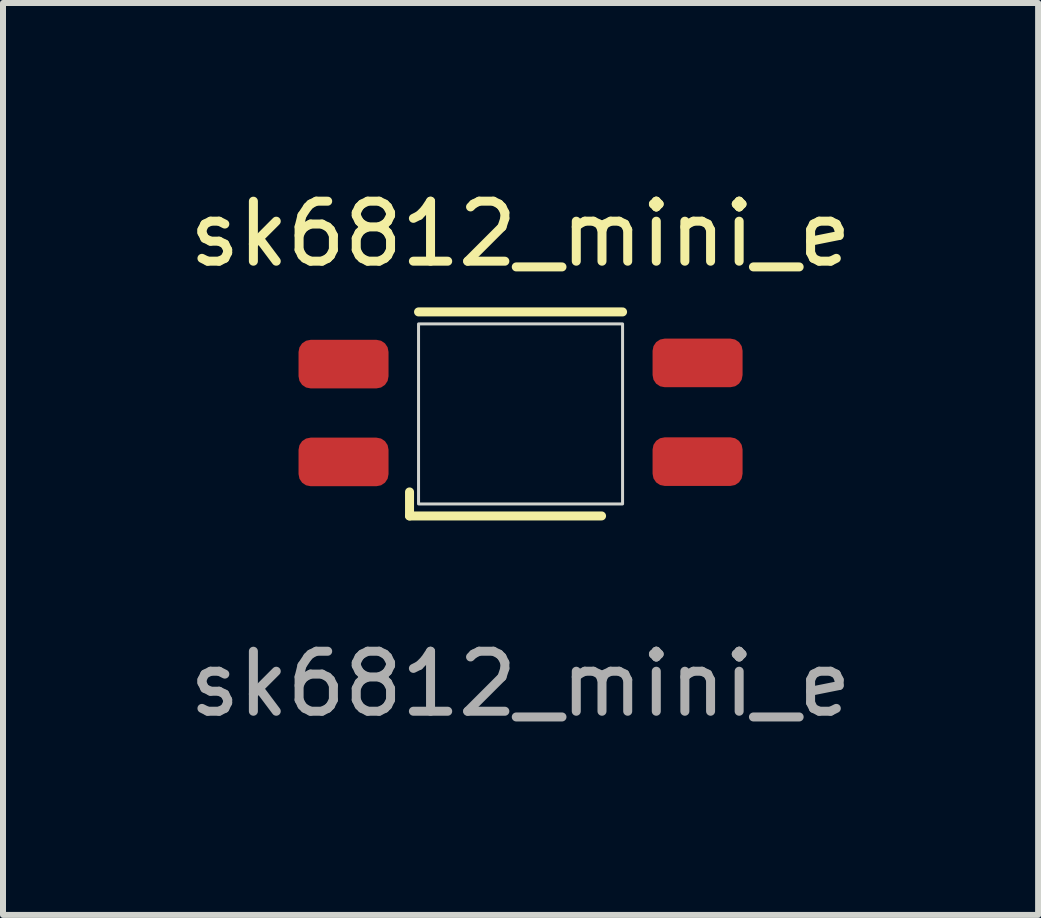
<source format=kicad_pcb>
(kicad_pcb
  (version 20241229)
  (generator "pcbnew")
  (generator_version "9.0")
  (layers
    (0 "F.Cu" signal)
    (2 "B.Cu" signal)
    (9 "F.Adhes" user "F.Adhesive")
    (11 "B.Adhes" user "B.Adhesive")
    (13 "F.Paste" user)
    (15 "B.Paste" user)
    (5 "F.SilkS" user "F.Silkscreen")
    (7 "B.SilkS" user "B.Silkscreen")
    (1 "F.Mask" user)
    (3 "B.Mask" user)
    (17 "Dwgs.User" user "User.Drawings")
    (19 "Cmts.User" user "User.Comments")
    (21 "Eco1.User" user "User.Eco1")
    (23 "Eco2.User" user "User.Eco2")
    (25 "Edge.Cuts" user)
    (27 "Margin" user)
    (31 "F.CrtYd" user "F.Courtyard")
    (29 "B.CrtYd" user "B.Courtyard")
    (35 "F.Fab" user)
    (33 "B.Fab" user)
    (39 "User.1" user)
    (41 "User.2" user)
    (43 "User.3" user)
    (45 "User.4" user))
  (footprint "sk6812_mini_e"
    (layer "F.Cu")
    (at 5.625 3.848)
    (property "Reference" "sk6812_mini_e" (at 0 -3 0) (unlocked yes) (layer "F.SilkS") (effects (font (size 1 1) (thickness 0.15))))
    (attr smd)
    (fp_line (start -1.85 1.3) (end -1.85 1.7) (stroke (width 0.15) (type default)) (layer "F.SilkS"))
    (fp_line (start -1.85 1.7) (end 1.35 1.7) (stroke (width 0.15) (type default)) (layer "F.SilkS"))
    (fp_line (start 1.7 -1.7) (end -1.7 -1.7) (stroke (width 0.15) (type default)) (layer "F.SilkS"))
    (fp_rect (start -1.7 -1.5) (end 1.7 1.5) (stroke (width 0.05) (type default)) (fill no) (layer "Edge.Cuts"))
    (fp_text user "${REFERENCE}" (at 0 4.5 0) (unlocked yes) (layer "F.Fab") (effects (font (size 1 1) (thickness 0.15))))
    (pad "1" smd roundrect (at 2.95 -0.85) (size 1.5 0.81) (layers "F.Cu" "F.Mask" "F.Paste") (roundrect_rratio 0.25))
    (pad "2" smd roundrect (at 2.95 0.795) (size 1.5 0.81) (layers "F.Cu" "F.Mask" "F.Paste") (roundrect_rratio 0.25))
    (pad "3" smd roundrect (at -2.95 0.8) (size 1.5 0.81) (layers "F.Cu" "F.Mask" "F.Paste") (roundrect_rratio 0.25))
    (pad "4" smd roundrect (at -2.95 -0.83) (size 1.5 0.81) (layers "F.Cu" "F.Mask" "F.Paste") (roundrect_rratio 0.25)))
  (gr_rect
    (start -3 -3)
    (end 14.25 12.197)
    (stroke (width 0.1) (type default))
    (fill no)
    (layer "Edge.Cuts")))
</source>
